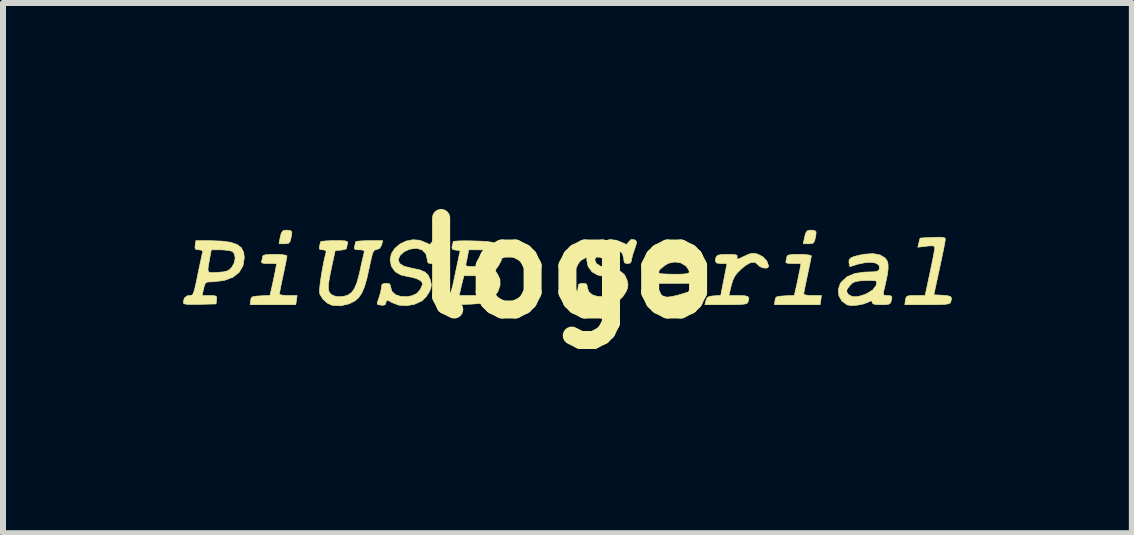
<source format=kicad_pcb>
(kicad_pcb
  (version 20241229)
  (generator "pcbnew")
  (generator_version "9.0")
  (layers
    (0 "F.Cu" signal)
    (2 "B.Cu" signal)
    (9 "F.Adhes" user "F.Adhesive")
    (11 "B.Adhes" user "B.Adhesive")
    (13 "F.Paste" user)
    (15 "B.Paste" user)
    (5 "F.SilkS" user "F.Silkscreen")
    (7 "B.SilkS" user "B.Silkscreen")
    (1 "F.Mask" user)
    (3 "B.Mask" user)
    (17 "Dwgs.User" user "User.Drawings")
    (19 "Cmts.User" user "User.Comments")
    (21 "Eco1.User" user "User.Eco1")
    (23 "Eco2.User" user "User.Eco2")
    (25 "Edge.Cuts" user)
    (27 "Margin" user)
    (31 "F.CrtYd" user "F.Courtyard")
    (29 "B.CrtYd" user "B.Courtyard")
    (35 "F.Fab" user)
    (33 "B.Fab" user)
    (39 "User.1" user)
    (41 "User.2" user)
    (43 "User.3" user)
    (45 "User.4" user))
  (footprint "logo"
    (layer "F.Cu")
    (at 6.406 1.418)
    (property "Reference" "logo" (at 0 0 0) (layer "F.SilkS") (effects (font (size 1.524 1.524) (thickness 0.3))))
    (attr through_hole)
    (fp_poly (pts (xy -4.657 -0.631) (xy -4.611 -0.623) (xy -4.593 -0.603) (xy -4.596 -0.557) (xy -4.604 -0.514) (xy -4.621 -0.447) (xy -4.644 -0.416) (xy -4.688 -0.407) (xy -4.716 -0.406) (xy -4.806 -0.406) (xy -4.789 -0.502) (xy -4.769 -0.582) (xy -4.74 -0.622) (xy -4.691 -0.633) (xy -4.657 -0.631)) (stroke (width 0.01) (type solid)) (fill yes) (layer "F.SilkS"))
    (fp_poly (pts (xy 4.081 -0.631) (xy 4.126 -0.623) (xy 4.144 -0.603) (xy 4.141 -0.557) (xy 4.133 -0.514) (xy 4.117 -0.447) (xy 4.094 -0.416) (xy 4.049 -0.407) (xy 4.022 -0.406) (xy 3.931 -0.406) (xy 3.949 -0.502) (xy 3.969 -0.582) (xy 3.998 -0.622) (xy 4.047 -0.633) (xy 4.081 -0.631)) (stroke (width 0.01) (type solid)) (fill yes) (layer "F.SilkS"))
    (fp_poly (pts (xy -4.774 -0.226) (xy -4.704 -0.217) (xy -4.674 -0.205) (xy -4.674 -0.203) (xy -4.679 -0.169) (xy -4.693 -0.096) (xy -4.713 0.004) (xy -4.737 0.117) (xy -4.762 0.234) (xy -4.782 0.333) (xy -4.796 0.403) (xy -4.801 0.434) (xy -4.778 0.446) (xy -4.718 0.455) (xy -4.653 0.457) (xy -4.505 0.457) (xy -4.516 0.533) (xy -4.527 0.61) (xy -5.287 0.61) (xy -5.279 0.54) (xy -5.271 0.501) (xy -5.251 0.48) (xy -5.207 0.469) (xy -5.125 0.463) (xy -5.114 0.462) (xy -4.957 0.455) (xy -4.918 0.285) (xy -4.896 0.181) (xy -4.875 0.081) (xy -4.863 0.019) (xy -4.846 -0.076) (xy -4.978 -0.076) (xy -5.056 -0.079) (xy -5.092 -0.088) (xy -5.098 -0.108) (xy -5.095 -0.116) (xy -5.081 -0.174) (xy -5.08 -0.193) (xy -5.069 -0.211) (xy -5.029 -0.223) (xy -4.953 -0.228) (xy -4.877 -0.229) (xy -4.774 -0.226)) (stroke (width 0.01) (type solid)) (fill yes) (layer "F.SilkS"))
    (fp_poly (pts (xy 3.964 -0.226) (xy 4.034 -0.217) (xy 4.064 -0.205) (xy 4.064 -0.203) (xy 4.059 -0.169) (xy 4.045 -0.096) (xy 4.024 0.004) (xy 4 0.117) (xy 3.976 0.234) (xy 3.955 0.333) (xy 3.942 0.403) (xy 3.937 0.434) (xy 3.96 0.446) (xy 4.02 0.455) (xy 4.085 0.457) (xy 4.233 0.457) (xy 4.222 0.533) (xy 4.211 0.61) (xy 3.451 0.61) (xy 3.459 0.54) (xy 3.467 0.501) (xy 3.486 0.48) (xy 3.531 0.469) (xy 3.612 0.463) (xy 3.624 0.462) (xy 3.781 0.455) (xy 3.819 0.285) (xy 3.842 0.181) (xy 3.862 0.081) (xy 3.875 0.019) (xy 3.892 -0.076) (xy 3.759 -0.076) (xy 3.682 -0.079) (xy 3.645 -0.088) (xy 3.64 -0.108) (xy 3.642 -0.116) (xy 3.656 -0.174) (xy 3.658 -0.193) (xy 3.669 -0.211) (xy 3.709 -0.223) (xy 3.785 -0.228) (xy 3.861 -0.229) (xy 3.964 -0.226)) (stroke (width 0.01) (type solid)) (fill yes) (layer "F.SilkS"))
    (fp_poly (pts (xy 6.258 -0.512) (xy 6.29 -0.502) (xy 6.298 -0.484) (xy 6.298 -0.483) (xy 6.293 -0.446) (xy 6.279 -0.369) (xy 6.257 -0.26) (xy 6.229 -0.128) (xy 6.202 0) (xy 6.106 0.445) (xy 6.253 0.452) (xy 6.343 0.461) (xy 6.39 0.479) (xy 6.401 0.514) (xy 6.385 0.569) (xy 6.373 0.585) (xy 6.343 0.596) (xy 6.29 0.604) (xy 6.205 0.608) (xy 6.08 0.609) (xy 5.996 0.61) (xy 5.622 0.61) (xy 5.633 0.533) (xy 5.642 0.492) (xy 5.66 0.469) (xy 5.7 0.459) (xy 5.775 0.457) (xy 5.802 0.457) (xy 5.96 0.457) (xy 6.041 0.081) (xy 6.069 -0.053) (xy 6.093 -0.172) (xy 6.111 -0.266) (xy 6.12 -0.325) (xy 6.121 -0.338) (xy 6.115 -0.362) (xy 6.088 -0.372) (xy 6.029 -0.37) (xy 5.98 -0.365) (xy 5.839 -0.348) (xy 5.857 -0.422) (xy 5.87 -0.475) (xy 5.877 -0.499) (xy 5.902 -0.502) (xy 5.966 -0.506) (xy 6.056 -0.51) (xy 6.09 -0.512) (xy 6.195 -0.515) (xy 6.258 -0.512)) (stroke (width 0.01) (type solid)) (fill yes) (layer "F.SilkS"))
    (fp_poly (pts (xy 3.136 -0.242) (xy 3.176 -0.231) (xy 3.259 -0.187) (xy 3.323 -0.118) (xy 3.352 -0.039) (xy 3.353 -0.027) (xy 3.333 -0.003) (xy 3.287 0.000353) (xy 3.232 -0.013) (xy 3.188 -0.041) (xy 3.181 -0.051) (xy 3.129 -0.096) (xy 3.058 -0.095) (xy 2.969 -0.046) (xy 2.895 0.016) (xy 2.832 0.078) (xy 2.789 0.134) (xy 2.758 0.198) (xy 2.731 0.285) (xy 2.707 0.387) (xy 2.691 0.457) (xy 2.857 0.457) (xy 2.953 0.46) (xy 3.006 0.473) (xy 3.024 0.502) (xy 3.013 0.552) (xy 3.007 0.569) (xy 2.994 0.586) (xy 2.964 0.597) (xy 2.908 0.604) (xy 2.82 0.608) (xy 2.692 0.61) (xy 2.641 0.61) (xy 2.29 0.61) (xy 2.309 0.54) (xy 2.327 0.495) (xy 2.361 0.473) (xy 2.427 0.463) (xy 2.441 0.462) (xy 2.555 0.455) (xy 2.607 0.189) (xy 2.659 -0.076) (xy 2.561 -0.076) (xy 2.491 -0.084) (xy 2.464 -0.115) (xy 2.474 -0.174) (xy 2.479 -0.188) (xy 2.5 -0.211) (xy 2.548 -0.224) (xy 2.633 -0.228) (xy 2.667 -0.229) (xy 2.758 -0.227) (xy 2.809 -0.221) (xy 2.829 -0.208) (xy 2.828 -0.184) (xy 2.827 -0.181) (xy 2.824 -0.156) (xy 2.84 -0.151) (xy 2.882 -0.167) (xy 2.945 -0.197) (xy 3.025 -0.233) (xy 3.081 -0.247) (xy 3.136 -0.242)) (stroke (width 0.01) (type solid)) (fill yes) (layer "F.SilkS"))
    (fp_poly (pts (xy 1.984 -0.213) (xy 2.085 -0.152) (xy 2.153 -0.061) (xy 2.183 0.054) (xy 2.17 0.189) (xy 2.168 0.197) (xy 2.16 0.219) (xy 2.145 0.235) (xy 2.115 0.245) (xy 2.062 0.251) (xy 1.976 0.253) (xy 1.852 0.254) (xy 1.791 0.254) (xy 1.429 0.254) (xy 1.442 0.318) (xy 1.48 0.394) (xy 1.552 0.452) (xy 1.644 0.481) (xy 1.668 0.483) (xy 1.739 0.474) (xy 1.834 0.453) (xy 1.907 0.431) (xy 2.002 0.402) (xy 2.06 0.393) (xy 2.093 0.407) (xy 2.112 0.443) (xy 2.115 0.456) (xy 2.114 0.491) (xy 2.081 0.519) (xy 2.023 0.544) (xy 1.88 0.592) (xy 1.769 0.62) (xy 1.675 0.629) (xy 1.585 0.62) (xy 1.518 0.604) (xy 1.41 0.555) (xy 1.338 0.477) (xy 1.298 0.379) (xy 1.289 0.268) (xy 1.309 0.152) (xy 1.339 0.081) (xy 1.499 0.081) (xy 1.522 0.089) (xy 1.586 0.096) (xy 1.68 0.1) (xy 1.765 0.102) (xy 1.887 0.101) (xy 1.965 0.096) (xy 2.01 0.088) (xy 2.029 0.074) (xy 2.032 0.062) (xy 2.015 0.019) (xy 1.974 -0.035) (xy 1.97 -0.039) (xy 1.888 -0.088) (xy 1.787 -0.102) (xy 1.685 -0.081) (xy 1.668 -0.073) (xy 1.608 -0.034) (xy 1.55 0.014) (xy 1.509 0.058) (xy 1.499 0.081) (xy 1.339 0.081) (xy 1.357 0.039) (xy 1.43 -0.065) (xy 1.528 -0.151) (xy 1.648 -0.211) (xy 1.708 -0.228) (xy 1.857 -0.24) (xy 1.984 -0.213)) (stroke (width 0.01) (type solid)) (fill yes) (layer "F.SilkS"))
    (fp_poly (pts (xy -5.947 -0.457) (xy -5.755 -0.45) (xy -5.608 -0.429) (xy -5.502 -0.392) (xy -5.432 -0.337) (xy -5.395 -0.262) (xy -5.385 -0.175) (xy -5.407 -0.039) (xy -5.471 0.071) (xy -5.575 0.152) (xy -5.719 0.205) (xy -5.899 0.228) (xy -5.943 0.229) (xy -6.001 0.232) (xy -6.033 0.25) (xy -6.052 0.298) (xy -6.063 0.343) (xy -6.089 0.457) (xy -5.964 0.457) (xy -5.89 0.459) (xy -5.854 0.469) (xy -5.844 0.494) (xy -5.847 0.527) (xy -5.855 0.597) (xy -6.128 0.604) (xy -6.251 0.606) (xy -6.332 0.604) (xy -6.378 0.597) (xy -6.398 0.585) (xy -6.401 0.574) (xy -6.385 0.499) (xy -6.336 0.462) (xy -6.301 0.457) (xy -6.273 0.456) (xy -6.252 0.446) (xy -6.235 0.421) (xy -6.218 0.372) (xy -6.198 0.291) (xy -6.173 0.173) (xy -6.16 0.108) (xy -6.144 0.03) (xy -5.991 0.03) (xy -5.978 0.065) (xy -5.94 0.076) (xy -5.871 0.074) (xy -5.826 0.071) (xy -5.73 0.062) (xy -5.668 0.047) (xy -5.624 0.019) (xy -5.597 -0.009) (xy -5.553 -0.085) (xy -5.537 -0.166) (xy -5.549 -0.237) (xy -5.586 -0.279) (xy -5.638 -0.293) (xy -5.72 -0.302) (xy -5.785 -0.305) (xy -5.935 -0.305) (xy -5.965 -0.143) (xy -5.984 -0.036) (xy -5.991 0.03) (xy -6.144 0.03) (xy -6.133 -0.021) (xy -6.109 -0.133) (xy -6.091 -0.218) (xy -6.079 -0.267) (xy -6.077 -0.273) (xy -6.089 -0.297) (xy -6.14 -0.305) (xy -6.191 -0.31) (xy -6.207 -0.336) (xy -6.203 -0.381) (xy -6.192 -0.457) (xy -5.947 -0.457)) (stroke (width 0.01) (type solid)) (fill yes) (layer "F.SilkS"))
    (fp_poly (pts (xy 5.209 -0.22) (xy 5.294 -0.169) (xy 5.329 -0.12) (xy 5.343 -0.066) (xy 5.344 0.013) (xy 5.329 0.123) (xy 5.298 0.27) (xy 5.269 0.392) (xy 5.263 0.437) (xy 5.284 0.455) (xy 5.331 0.457) (xy 5.387 0.461) (xy 5.407 0.482) (xy 5.399 0.533) (xy 5.394 0.552) (xy 5.38 0.585) (xy 5.351 0.602) (xy 5.294 0.609) (xy 5.229 0.61) (xy 5.142 0.607) (xy 5.096 0.596) (xy 5.08 0.576) (xy 5.08 0.571) (xy 5.074 0.547) (xy 5.048 0.55) (xy 5.01 0.568) (xy 4.927 0.599) (xy 4.828 0.618) (xy 4.733 0.624) (xy 4.663 0.613) (xy 4.661 0.612) (xy 4.575 0.55) (xy 4.524 0.463) (xy 4.516 0.389) (xy 4.652 0.389) (xy 4.674 0.427) (xy 4.688 0.443) (xy 4.75 0.476) (xy 4.837 0.476) (xy 4.953 0.44) (xy 4.982 0.428) (xy 5.087 0.365) (xy 5.144 0.289) (xy 5.156 0.224) (xy 5.132 0.211) (xy 5.061 0.205) (xy 4.963 0.207) (xy 4.861 0.214) (xy 4.796 0.226) (xy 4.752 0.246) (xy 4.716 0.28) (xy 4.709 0.288) (xy 4.663 0.348) (xy 4.652 0.389) (xy 4.516 0.389) (xy 4.513 0.362) (xy 4.545 0.262) (xy 4.562 0.235) (xy 4.657 0.146) (xy 4.789 0.089) (xy 4.958 0.066) (xy 4.998 0.065) (xy 5.095 0.062) (xy 5.154 0.055) (xy 5.184 0.039) (xy 5.198 0.015) (xy 5.196 -0.042) (xy 5.152 -0.079) (xy 5.075 -0.097) (xy 4.971 -0.093) (xy 4.846 -0.067) (xy 4.836 -0.064) (xy 4.765 -0.042) (xy 4.719 -0.028) (xy 4.708 -0.026) (xy 4.702 -0.047) (xy 4.692 -0.091) (xy 4.693 -0.133) (xy 4.717 -0.166) (xy 4.773 -0.192) (xy 4.867 -0.216) (xy 4.953 -0.232) (xy 5.093 -0.242) (xy 5.209 -0.22)) (stroke (width 0.01) (type solid)) (fill yes) (layer "F.SilkS"))
    (fp_poly (pts (xy -3.096 -0.387) (xy -3.129 -0.329) (xy -3.178 -0.31) (xy -3.206 -0.303) (xy -3.227 -0.286) (xy -3.246 -0.248) (xy -3.264 -0.182) (xy -3.287 -0.079) (xy -3.3 -0.018) (xy -3.341 0.168) (xy -3.382 0.31) (xy -3.427 0.416) (xy -3.48 0.493) (xy -3.545 0.549) (xy -3.626 0.589) (xy -3.65 0.598) (xy -3.778 0.628) (xy -3.911 0.621) (xy -3.929 0.617) (xy -4.003 0.582) (xy -4.074 0.517) (xy -4.123 0.439) (xy -4.13 0.418) (xy -4.131 0.37) (xy -4.124 0.285) (xy -4.109 0.174) (xy -4.089 0.051) (xy -4.067 -0.072) (xy -4.043 -0.183) (xy -4.023 -0.26) (xy -4.024 -0.293) (xy -4.063 -0.304) (xy -4.078 -0.305) (xy -4.126 -0.311) (xy -4.136 -0.339) (xy -4.131 -0.362) (xy -4.119 -0.415) (xy -4.115 -0.438) (xy -4.091 -0.446) (xy -4.028 -0.453) (xy -3.937 -0.457) (xy -3.883 -0.457) (xy -3.774 -0.457) (xy -3.707 -0.454) (xy -3.673 -0.445) (xy -3.662 -0.43) (xy -3.666 -0.405) (xy -3.667 -0.4) (xy -3.679 -0.348) (xy -3.683 -0.325) (xy -3.705 -0.312) (xy -3.761 -0.302) (xy -3.776 -0.3) (xy -3.87 -0.292) (xy -3.928 -0.025) (xy -3.96 0.13) (xy -3.979 0.245) (xy -3.985 0.326) (xy -3.977 0.382) (xy -3.956 0.42) (xy -3.924 0.447) (xy -3.848 0.476) (xy -3.752 0.475) (xy -3.668 0.454) (xy -3.603 0.413) (xy -3.551 0.344) (xy -3.507 0.24) (xy -3.468 0.094) (xy -3.458 0.05) (xy -3.433 -0.064) (xy -3.411 -0.163) (xy -3.394 -0.233) (xy -3.387 -0.26) (xy -3.388 -0.29) (xy -3.419 -0.303) (xy -3.468 -0.305) (xy -3.529 -0.308) (xy -3.551 -0.324) (xy -3.547 -0.361) (xy -3.547 -0.362) (xy -3.534 -0.415) (xy -3.531 -0.438) (xy -3.507 -0.447) (xy -3.444 -0.453) (xy -3.353 -0.457) (xy -3.304 -0.457) (xy -3.078 -0.457) (xy -3.096 -0.387)) (stroke (width 0.01) (type solid)) (fill yes) (layer "F.SilkS"))
    (fp_poly (pts (xy -1.6 -0.454) (xy -1.577 -0.453) (xy -1.437 -0.449) (xy -1.338 -0.442) (xy -1.27 -0.433) (xy -1.223 -0.418) (xy -1.185 -0.398) (xy -1.177 -0.391) (xy -1.117 -0.318) (xy -1.093 -0.223) (xy -1.104 -0.122) (xy -1.152 -0.035) (xy -1.191 0.015) (xy -1.199 0.047) (xy -1.179 0.082) (xy -1.166 0.099) (xy -1.124 0.187) (xy -1.123 0.288) (xy -1.158 0.39) (xy -1.225 0.481) (xy -1.31 0.544) (xy -1.36 0.566) (xy -1.417 0.582) (xy -1.494 0.592) (xy -1.599 0.6) (xy -1.743 0.605) (xy -1.77 0.606) (xy -2.131 0.615) (xy -2.111 0.543) (xy -2.08 0.483) (xy -2.018 0.457) (xy -1.804 0.457) (xy -1.6 0.457) (xy -1.494 0.456) (xy -1.426 0.449) (xy -1.38 0.433) (xy -1.343 0.406) (xy -1.332 0.395) (xy -1.289 0.334) (xy -1.27 0.272) (xy -1.27 0.269) (xy -1.289 0.202) (xy -1.349 0.156) (xy -1.451 0.132) (xy -1.554 0.127) (xy -1.725 0.127) (xy -1.749 0.222) (xy -1.77 0.306) (xy -1.787 0.382) (xy -1.789 0.387) (xy -1.804 0.457) (xy -2.018 0.457) (xy -2.018 0.457) (xy -1.989 0.45) (xy -1.966 0.438) (xy -1.948 0.411) (xy -1.93 0.362) (xy -1.91 0.283) (xy -1.885 0.167) (xy -1.866 0.076) (xy -1.84 -0.046) (xy -1.693 -0.046) (xy -1.673 -0.032) (xy -1.62 -0.026) (xy -1.542 -0.025) (xy -1.437 -0.03) (xy -1.366 -0.046) (xy -1.312 -0.078) (xy -1.312 -0.078) (xy -1.265 -0.134) (xy -1.244 -0.2) (xy -1.252 -0.257) (xy -1.285 -0.289) (xy -1.33 -0.298) (xy -1.409 -0.303) (xy -1.485 -0.305) (xy -1.645 -0.305) (xy -1.662 -0.21) (xy -1.677 -0.134) (xy -1.691 -0.075) (xy -1.692 -0.07) (xy -1.693 -0.046) (xy -1.84 -0.046) (xy -1.788 -0.292) (xy -1.862 -0.3) (xy -1.913 -0.312) (xy -1.925 -0.34) (xy -1.921 -0.364) (xy -1.908 -0.417) (xy -1.905 -0.441) (xy -1.881 -0.448) (xy -1.816 -0.453) (xy -1.719 -0.455) (xy -1.6 -0.454)) (stroke (width 0.01) (type solid)) (fill yes) (layer "F.SilkS"))
    (fp_poly (pts (xy -2.16 -0.473) (xy -2.14 -0.462) (xy -2.126 -0.438) (xy -2.132 -0.39) (xy -2.159 -0.31) (xy -2.188 -0.226) (xy -2.206 -0.156) (xy -2.21 -0.127) (xy -2.225 -0.087) (xy -2.273 -0.076) (xy -2.319 -0.084) (xy -2.335 -0.119) (xy -2.337 -0.152) (xy -2.359 -0.24) (xy -2.42 -0.302) (xy -2.511 -0.33) (xy -2.529 -0.33) (xy -2.631 -0.314) (xy -2.722 -0.273) (xy -2.788 -0.213) (xy -2.819 -0.145) (xy -2.819 -0.134) (xy -2.795 -0.076) (xy -2.722 -0.031) (xy -2.599 0.000437) (xy -2.591 0.002) (xy -2.464 0.028) (xy -2.378 0.064) (xy -2.323 0.115) (xy -2.288 0.189) (xy -2.284 0.201) (xy -2.268 0.275) (xy -2.276 0.336) (xy -2.302 0.397) (xy -2.353 0.475) (xy -2.419 0.54) (xy -2.431 0.549) (xy -2.549 0.603) (xy -2.682 0.626) (xy -2.812 0.617) (xy -2.923 0.574) (xy -2.933 0.568) (xy -2.99 0.537) (xy -3.018 0.545) (xy -3.023 0.57) (xy -3.035 0.609) (xy -3.079 0.62) (xy -3.118 0.615) (xy -3.155 0.609) (xy -3.17 0.597) (xy -3.166 0.567) (xy -3.144 0.504) (xy -3.137 0.483) (xy -3.113 0.402) (xy -3.1 0.331) (xy -3.099 0.314) (xy -3.09 0.271) (xy -3.053 0.255) (xy -3.023 0.254) (xy -2.968 0.261) (xy -2.948 0.29) (xy -2.946 0.316) (xy -2.924 0.39) (xy -2.863 0.444) (xy -2.774 0.473) (xy -2.665 0.475) (xy -2.587 0.459) (xy -2.506 0.421) (xy -2.454 0.358) (xy -2.444 0.339) (xy -2.418 0.279) (xy -2.417 0.245) (xy -2.442 0.216) (xy -2.456 0.204) (xy -2.513 0.175) (xy -2.597 0.152) (xy -2.643 0.144) (xy -2.775 0.115) (xy -2.867 0.062) (xy -2.928 -0.021) (xy -2.935 -0.037) (xy -2.955 -0.142) (xy -2.933 -0.242) (xy -2.876 -0.329) (xy -2.792 -0.401) (xy -2.689 -0.45) (xy -2.576 -0.473) (xy -2.459 -0.464) (xy -2.347 -0.418) (xy -2.344 -0.417) (xy -2.3 -0.395) (xy -2.274 -0.409) (xy -2.261 -0.432) (xy -2.217 -0.477) (xy -2.16 -0.473)) (stroke (width 0.01) (type solid)) (fill yes) (layer "F.SilkS"))
    (fp_poly (pts (xy 1.116 -0.473) (xy 1.136 -0.462) (xy 1.151 -0.438) (xy 1.144 -0.39) (xy 1.117 -0.31) (xy 1.089 -0.226) (xy 1.071 -0.156) (xy 1.067 -0.127) (xy 1.052 -0.087) (xy 1.003 -0.076) (xy 0.958 -0.084) (xy 0.941 -0.119) (xy 0.94 -0.152) (xy 0.918 -0.24) (xy 0.857 -0.302) (xy 0.766 -0.33) (xy 0.748 -0.33) (xy 0.646 -0.314) (xy 0.555 -0.273) (xy 0.488 -0.213) (xy 0.458 -0.145) (xy 0.457 -0.134) (xy 0.482 -0.076) (xy 0.555 -0.031) (xy 0.677 0.000437) (xy 0.686 0.002) (xy 0.812 0.028) (xy 0.898 0.064) (xy 0.954 0.115) (xy 0.989 0.189) (xy 0.993 0.201) (xy 1.009 0.275) (xy 1.001 0.336) (xy 0.975 0.397) (xy 0.923 0.475) (xy 0.857 0.54) (xy 0.845 0.549) (xy 0.727 0.603) (xy 0.595 0.626) (xy 0.465 0.617) (xy 0.354 0.574) (xy 0.344 0.568) (xy 0.287 0.537) (xy 0.259 0.545) (xy 0.254 0.57) (xy 0.241 0.609) (xy 0.198 0.62) (xy 0.159 0.615) (xy 0.122 0.609) (xy 0.107 0.597) (xy 0.111 0.567) (xy 0.132 0.504) (xy 0.14 0.483) (xy 0.164 0.402) (xy 0.177 0.331) (xy 0.178 0.314) (xy 0.187 0.271) (xy 0.223 0.255) (xy 0.254 0.254) (xy 0.309 0.261) (xy 0.328 0.29) (xy 0.33 0.316) (xy 0.353 0.39) (xy 0.413 0.444) (xy 0.503 0.473) (xy 0.611 0.475) (xy 0.689 0.459) (xy 0.77 0.421) (xy 0.823 0.358) (xy 0.832 0.339) (xy 0.858 0.279) (xy 0.86 0.245) (xy 0.835 0.216) (xy 0.821 0.204) (xy 0.763 0.175) (xy 0.68 0.152) (xy 0.634 0.144) (xy 0.502 0.115) (xy 0.41 0.062) (xy 0.349 -0.021) (xy 0.342 -0.037) (xy 0.321 -0.142) (xy 0.343 -0.242) (xy 0.4 -0.329) (xy 0.484 -0.401) (xy 0.587 -0.45) (xy 0.701 -0.473) (xy 0.818 -0.464) (xy 0.93 -0.418) (xy 0.933 -0.417) (xy 0.977 -0.395) (xy 1.002 -0.409) (xy 1.016 -0.432) (xy 1.06 -0.477) (xy 1.116 -0.473)) (stroke (width 0.01) (type solid)) (fill yes) (layer "F.SilkS")))
  (gr_rect
    (start -3 -3)
    (end 15.812 5.836)
    (stroke (width 0.1) (type default))
    (fill no)
    (layer "Edge.Cuts")))
</source>
